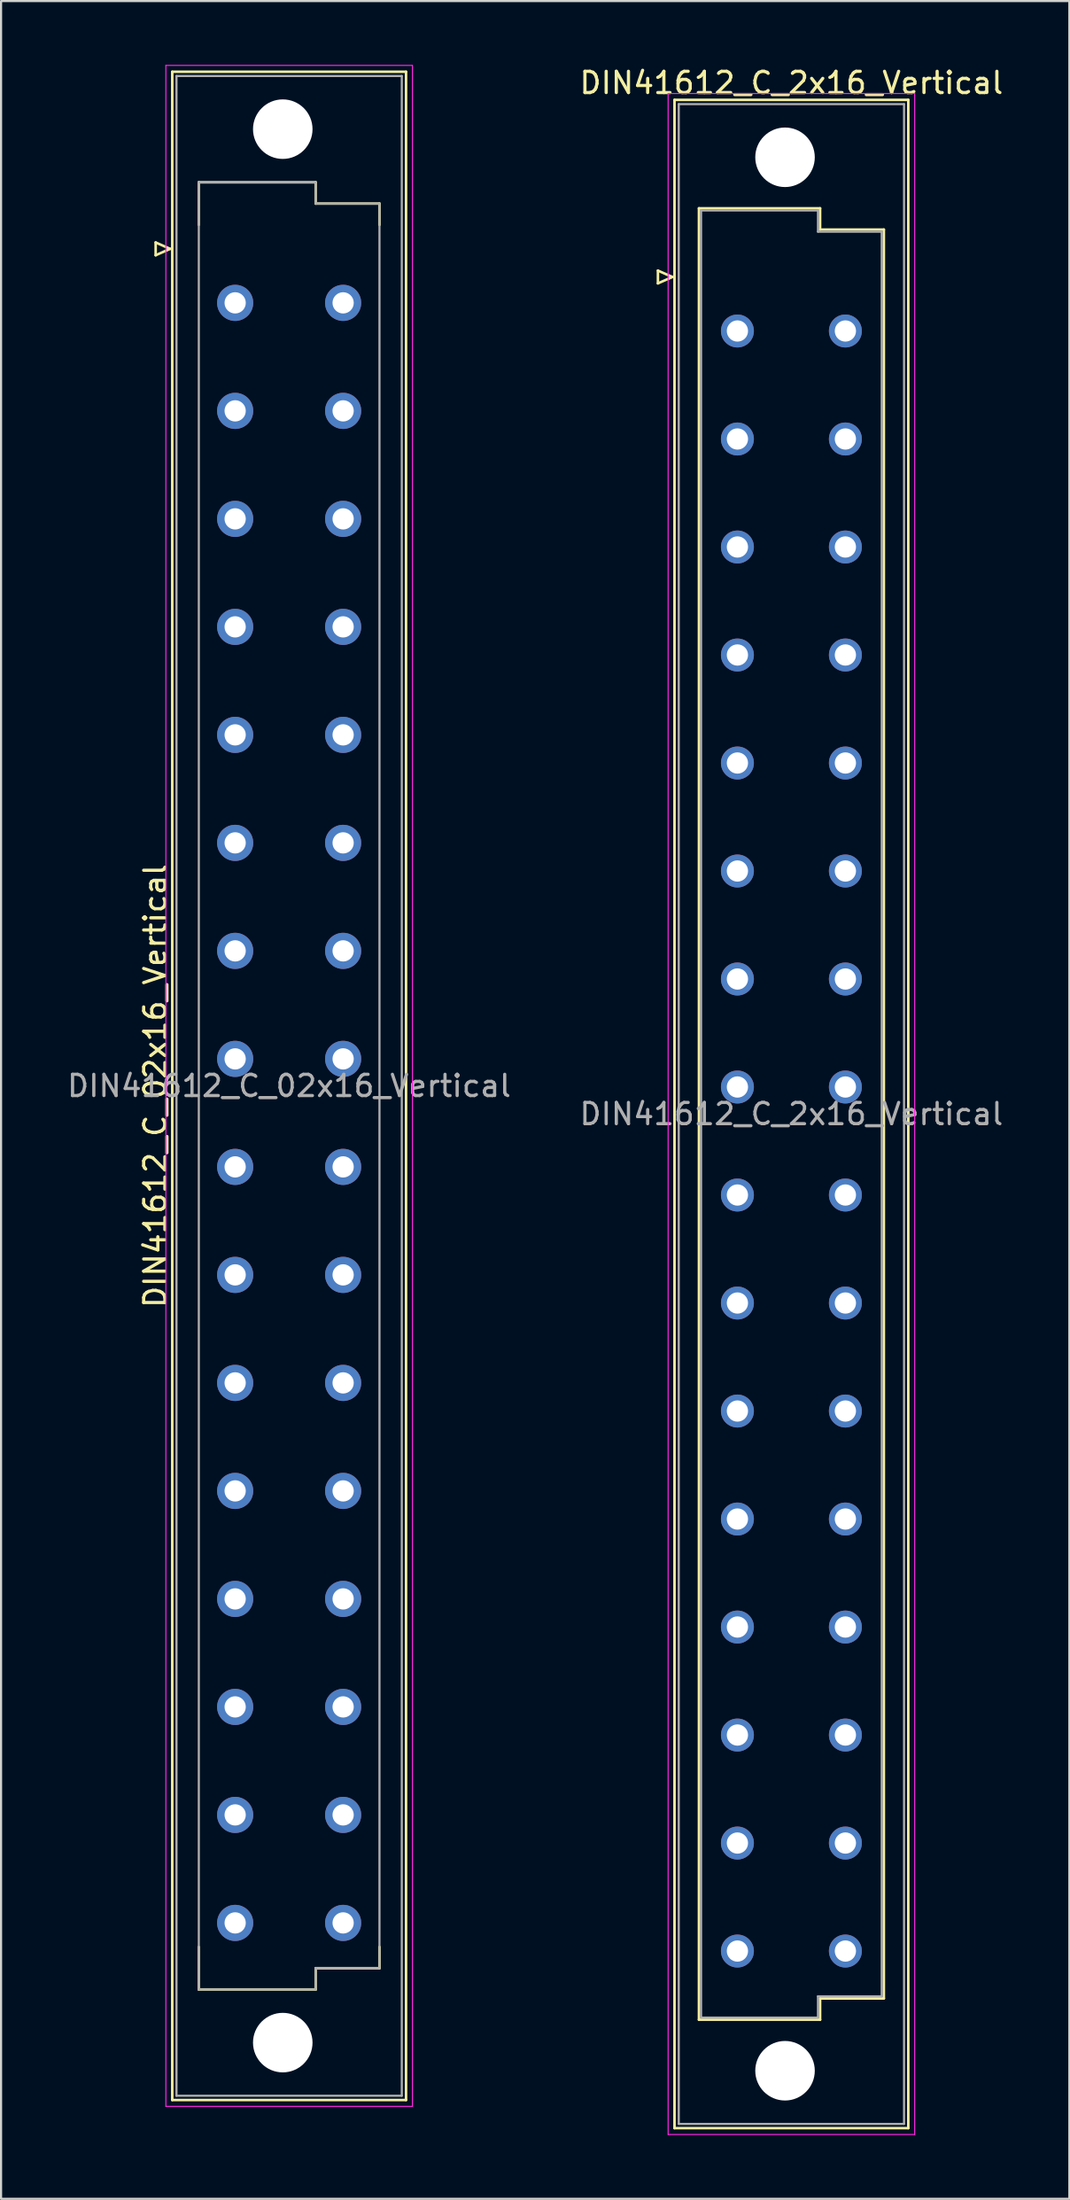
<source format=kicad_pcb>
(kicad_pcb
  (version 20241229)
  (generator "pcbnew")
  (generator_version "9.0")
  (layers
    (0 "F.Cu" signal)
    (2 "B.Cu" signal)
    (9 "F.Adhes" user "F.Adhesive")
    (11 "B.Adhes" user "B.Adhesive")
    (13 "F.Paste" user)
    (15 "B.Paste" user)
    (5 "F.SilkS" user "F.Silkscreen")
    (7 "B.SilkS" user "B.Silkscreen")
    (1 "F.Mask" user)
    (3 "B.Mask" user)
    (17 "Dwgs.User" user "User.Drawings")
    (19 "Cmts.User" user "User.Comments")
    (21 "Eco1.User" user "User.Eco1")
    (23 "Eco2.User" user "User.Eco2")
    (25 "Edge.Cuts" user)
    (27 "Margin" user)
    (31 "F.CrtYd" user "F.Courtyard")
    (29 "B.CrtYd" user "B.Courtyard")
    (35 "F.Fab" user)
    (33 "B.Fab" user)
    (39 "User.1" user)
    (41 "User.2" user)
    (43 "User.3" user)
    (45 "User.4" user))
  (footprint "DIN41612_C_2x16_Vertical"
    (layer "F.Cu")
    (at 31.645 9.978)
    (property "Reference" "DIN41612_C_2x16_Vertical" (at 2.54 -9.13 0) (layer "F.SilkS") (effects (font (size 1 1) (thickness 0.15))))
    (attr through_hole)
    (fp_line (start -3.74 -0.3) (end -3.74 0.3) (stroke (width 0.12) (type solid)) (layer "F.SilkS"))
    (fp_line (start -3.74 0.3) (end -3.06 0) (stroke (width 0.12) (type solid)) (layer "F.SilkS"))
    (fp_line (start -3.06 0) (end -3.74 -0.3) (stroke (width 0.12) (type solid)) (layer "F.SilkS"))
    (fp_line (start -2.96 -8.33) (end 8.04 -8.33) (stroke (width 0.12) (type solid)) (layer "F.SilkS"))
    (fp_line (start -2.96 87.07) (end -2.96 -8.33) (stroke (width 0.12) (type solid)) (layer "F.SilkS"))
    (fp_line (start -1.81 -3.23) (end 3.89 -3.23) (stroke (width 0.12) (type solid)) (layer "F.SilkS"))
    (fp_line (start -1.81 81.97) (end -1.81 -3.23) (stroke (width 0.12) (type solid)) (layer "F.SilkS"))
    (fp_line (start 3.89 -3.23) (end 3.89 -2.23) (stroke (width 0.12) (type solid)) (layer "F.SilkS"))
    (fp_line (start 3.89 -2.23) (end 6.89 -2.23) (stroke (width 0.12) (type solid)) (layer "F.SilkS"))
    (fp_line (start 3.89 80.97) (end 3.89 81.97) (stroke (width 0.12) (type solid)) (layer "F.SilkS"))
    (fp_line (start 3.89 81.97) (end -1.81 81.97) (stroke (width 0.12) (type solid)) (layer "F.SilkS"))
    (fp_line (start 6.89 -2.23) (end 6.89 80.97) (stroke (width 0.12) (type solid)) (layer "F.SilkS"))
    (fp_line (start 6.89 80.97) (end 3.89 80.97) (stroke (width 0.12) (type solid)) (layer "F.SilkS"))
    (fp_line (start 8.04 -8.33) (end 8.04 87.07) (stroke (width 0.12) (type solid)) (layer "F.SilkS"))
    (fp_line (start 8.04 87.07) (end -2.96 87.07) (stroke (width 0.12) (type solid)) (layer "F.SilkS"))
    (fp_line (start -3.26 -8.63) (end 8.34 -8.63) (stroke (width 0.05) (type solid)) (layer "F.CrtYd"))
    (fp_line (start -3.26 87.37) (end -3.26 -8.63) (stroke (width 0.05) (type solid)) (layer "F.CrtYd"))
    (fp_line (start 8.34 -8.63) (end 8.34 87.37) (stroke (width 0.05) (type solid)) (layer "F.CrtYd"))
    (fp_line (start 8.34 87.37) (end -3.26 87.37) (stroke (width 0.05) (type solid)) (layer "F.CrtYd"))
    (fp_line (start -2.76 -8.13) (end 7.84 -8.13) (stroke (width 0.1) (type solid)) (layer "F.Fab"))
    (fp_line (start -2.76 86.87) (end -2.76 -8.13) (stroke (width 0.1) (type solid)) (layer "F.Fab"))
    (fp_line (start -1.71 -3.13) (end 3.79 -3.13) (stroke (width 0.1) (type solid)) (layer "F.Fab"))
    (fp_line (start -1.71 81.87) (end -1.71 -3.13) (stroke (width 0.1) (type solid)) (layer "F.Fab"))
    (fp_line (start 3.79 -3.13) (end 3.79 -2.13) (stroke (width 0.1) (type solid)) (layer "F.Fab"))
    (fp_line (start 3.79 -2.13) (end 6.79 -2.13) (stroke (width 0.1) (type solid)) (layer "F.Fab"))
    (fp_line (start 3.79 80.87) (end 3.79 81.87) (stroke (width 0.1) (type solid)) (layer "F.Fab"))
    (fp_line (start 3.79 81.87) (end -1.71 81.87) (stroke (width 0.1) (type solid)) (layer "F.Fab"))
    (fp_line (start 6.79 -2.13) (end 6.79 80.87) (stroke (width 0.1) (type solid)) (layer "F.Fab"))
    (fp_line (start 6.79 80.87) (end 3.79 80.87) (stroke (width 0.1) (type solid)) (layer "F.Fab"))
    (fp_line (start 7.84 -8.13) (end 7.84 86.87) (stroke (width 0.1) (type solid)) (layer "F.Fab"))
    (fp_line (start 7.84 86.87) (end -2.76 86.87) (stroke (width 0.1) (type solid)) (layer "F.Fab"))
    (fp_text user "${REFERENCE}" (at 2.54 39.37 0) (layer "F.Fab") (effects (font (size 1 1) (thickness 0.15))))
    (pad "" np_thru_hole circle (at 2.24 -5.63) (size 2.8 2.8) (drill 2.8) (layers "*.Cu" "*.Mask"))
    (pad "" np_thru_hole circle (at 2.24 84.37) (size 2.8 2.8) (drill 2.8) (layers "*.Cu" "*.Mask"))
    (pad "a2" thru_hole circle (at 0 2.54) (size 1.55 1.55) (drill 1) (layers "*.Cu" "*.Mask"))
    (pad "a4" thru_hole circle (at 0 7.62) (size 1.55 1.55) (drill 1) (layers "*.Cu" "*.Mask"))
    (pad "a6" thru_hole circle (at 0 12.7) (size 1.55 1.55) (drill 1) (layers "*.Cu" "*.Mask"))
    (pad "a8" thru_hole circle (at 0 17.78) (size 1.55 1.55) (drill 1) (layers "*.Cu" "*.Mask"))
    (pad "a10" thru_hole circle (at 0 22.86) (size 1.55 1.55) (drill 1) (layers "*.Cu" "*.Mask"))
    (pad "a12" thru_hole circle (at 0 27.94) (size 1.55 1.55) (drill 1) (layers "*.Cu" "*.Mask"))
    (pad "a14" thru_hole circle (at 0 33.02) (size 1.55 1.55) (drill 1) (layers "*.Cu" "*.Mask"))
    (pad "a16" thru_hole circle (at 0 38.1) (size 1.55 1.55) (drill 1) (layers "*.Cu" "*.Mask"))
    (pad "a18" thru_hole circle (at 0 43.18) (size 1.55 1.55) (drill 1) (layers "*.Cu" "*.Mask"))
    (pad "a20" thru_hole circle (at 0 48.26) (size 1.55 1.55) (drill 1) (layers "*.Cu" "*.Mask"))
    (pad "a22" thru_hole circle (at 0 53.34) (size 1.55 1.55) (drill 1) (layers "*.Cu" "*.Mask"))
    (pad "a24" thru_hole circle (at 0 58.42) (size 1.55 1.55) (drill 1) (layers "*.Cu" "*.Mask"))
    (pad "a26" thru_hole circle (at 0 63.5) (size 1.55 1.55) (drill 1) (layers "*.Cu" "*.Mask"))
    (pad "a28" thru_hole circle (at 0 68.58) (size 1.55 1.55) (drill 1) (layers "*.Cu" "*.Mask"))
    (pad "a30" thru_hole circle (at 0 73.66) (size 1.55 1.55) (drill 1) (layers "*.Cu" "*.Mask"))
    (pad "a32" thru_hole circle (at 0 78.74) (size 1.55 1.55) (drill 1) (layers "*.Cu" "*.Mask"))
    (pad "c2" thru_hole circle (at 5.08 2.54) (size 1.55 1.55) (drill 1) (layers "*.Cu" "*.Mask"))
    (pad "c4" thru_hole circle (at 5.08 7.62) (size 1.55 1.55) (drill 1) (layers "*.Cu" "*.Mask"))
    (pad "c6" thru_hole circle (at 5.08 12.7) (size 1.55 1.55) (drill 1) (layers "*.Cu" "*.Mask"))
    (pad "c8" thru_hole circle (at 5.08 17.78) (size 1.55 1.55) (drill 1) (layers "*.Cu" "*.Mask"))
    (pad "c10" thru_hole circle (at 5.08 22.86) (size 1.55 1.55) (drill 1) (layers "*.Cu" "*.Mask"))
    (pad "c12" thru_hole circle (at 5.08 27.94) (size 1.55 1.55) (drill 1) (layers "*.Cu" "*.Mask"))
    (pad "c14" thru_hole circle (at 5.08 33.02) (size 1.55 1.55) (drill 1) (layers "*.Cu" "*.Mask"))
    (pad "c16" thru_hole circle (at 5.08 38.1) (size 1.55 1.55) (drill 1) (layers "*.Cu" "*.Mask"))
    (pad "c18" thru_hole circle (at 5.08 43.18) (size 1.55 1.55) (drill 1) (layers "*.Cu" "*.Mask"))
    (pad "c20" thru_hole circle (at 5.08 48.26) (size 1.55 1.55) (drill 1) (layers "*.Cu" "*.Mask"))
    (pad "c22" thru_hole circle (at 5.08 53.34) (size 1.55 1.55) (drill 1) (layers "*.Cu" "*.Mask"))
    (pad "c24" thru_hole circle (at 5.08 58.42) (size 1.55 1.55) (drill 1) (layers "*.Cu" "*.Mask"))
    (pad "c26" thru_hole circle (at 5.08 63.5) (size 1.55 1.55) (drill 1) (layers "*.Cu" "*.Mask"))
    (pad "c28" thru_hole circle (at 5.08 68.58) (size 1.55 1.55) (drill 1) (layers "*.Cu" "*.Mask"))
    (pad "c30" thru_hole circle (at 5.08 73.66) (size 1.55 1.55) (drill 1) (layers "*.Cu" "*.Mask"))
    (pad "c32" thru_hole circle (at 5.08 78.74) (size 1.55 1.55) (drill 1) (layers "*.Cu" "*.Mask")))
  (footprint "DIN41612_C_02x16_Vertical"
    (layer "F.Cu")
    (at 8.014 8.655)
    (property "Reference" "DIN41612_C_02x16_Vertical" (at -3.76 39.37 90) (layer "F.SilkS") (effects (font (size 1 1) (thickness 0.15))))
    (attr through_hole)
    (fp_line (start -3.74 -0.3) (end -3.74 0.3) (stroke (width 0.12) (type solid)) (layer "F.SilkS"))
    (fp_line (start -3.74 0.3) (end -3.06 0) (stroke (width 0.12) (type solid)) (layer "F.SilkS"))
    (fp_line (start -3.06 0) (end -3.74 -0.3) (stroke (width 0.12) (type solid)) (layer "F.SilkS"))
    (fp_line (start -2.96 -8.33) (end 8.04 -8.33) (stroke (width 0.12) (type solid)) (layer "F.SilkS"))
    (fp_line (start -2.96 87.07) (end -2.96 -8.33) (stroke (width 0.12) (type solid)) (layer "F.SilkS"))
    (fp_line (start -1.71 -3.13) (end 3.79 -3.13) (stroke (width 0.12) (type solid)) (layer "F.SilkS"))
    (fp_line (start -1.71 -1.13) (end -1.71 -3.13) (stroke (width 0.12) (type solid)) (layer "F.SilkS"))
    (fp_line (start -1.71 79.87) (end -1.71 81.87) (stroke (width 0.12) (type solid)) (layer "F.SilkS"))
    (fp_line (start -1.71 81.87) (end 3.79 81.87) (stroke (width 0.12) (type solid)) (layer "F.SilkS"))
    (fp_line (start 3.79 -3.13) (end 3.79 -2.13) (stroke (width 0.12) (type solid)) (layer "F.SilkS"))
    (fp_line (start 3.79 -2.13) (end 6.79 -2.13) (stroke (width 0.12) (type solid)) (layer "F.SilkS"))
    (fp_line (start 3.79 80.87) (end 6.79 80.87) (stroke (width 0.12) (type solid)) (layer "F.SilkS"))
    (fp_line (start 3.79 81.87) (end 3.79 80.87) (stroke (width 0.12) (type solid)) (layer "F.SilkS"))
    (fp_line (start 6.79 -2.13) (end 6.79 -1.13) (stroke (width 0.12) (type solid)) (layer "F.SilkS"))
    (fp_line (start 6.79 80.87) (end 6.79 79.87) (stroke (width 0.12) (type solid)) (layer "F.SilkS"))
    (fp_line (start 8.04 -8.33) (end 8.04 87.07) (stroke (width 0.12) (type solid)) (layer "F.SilkS"))
    (fp_line (start 8.04 87.07) (end -2.96 87.07) (stroke (width 0.12) (type solid)) (layer "F.SilkS"))
    (fp_line (start -3.26 -8.63) (end 8.34 -8.63) (stroke (width 0.05) (type solid)) (layer "F.CrtYd"))
    (fp_line (start -3.26 87.37) (end -3.26 -8.63) (stroke (width 0.05) (type solid)) (layer "F.CrtYd"))
    (fp_line (start 8.34 -8.63) (end 8.34 87.37) (stroke (width 0.05) (type solid)) (layer "F.CrtYd"))
    (fp_line (start 8.34 87.37) (end -3.26 87.37) (stroke (width 0.05) (type solid)) (layer "F.CrtYd"))
    (fp_line (start -2.76 -8.13) (end 7.84 -8.13) (stroke (width 0.1) (type solid)) (layer "F.Fab"))
    (fp_line (start -2.76 86.87) (end -2.76 -8.13) (stroke (width 0.1) (type solid)) (layer "F.Fab"))
    (fp_line (start -1.71 -3.13) (end 3.79 -3.13) (stroke (width 0.1) (type solid)) (layer "F.Fab"))
    (fp_line (start -1.71 81.87) (end -1.71 -3.13) (stroke (width 0.1) (type solid)) (layer "F.Fab"))
    (fp_line (start 3.79 -3.13) (end 3.79 -2.13) (stroke (width 0.1) (type solid)) (layer "F.Fab"))
    (fp_line (start 3.79 -2.13) (end 6.79 -2.13) (stroke (width 0.1) (type solid)) (layer "F.Fab"))
    (fp_line (start 3.79 80.87) (end 3.79 81.87) (stroke (width 0.1) (type solid)) (layer "F.Fab"))
    (fp_line (start 3.79 81.87) (end -1.71 81.87) (stroke (width 0.1) (type solid)) (layer "F.Fab"))
    (fp_line (start 6.79 -2.13) (end 6.79 80.87) (stroke (width 0.1) (type solid)) (layer "F.Fab"))
    (fp_line (start 6.79 80.87) (end 3.79 80.87) (stroke (width 0.1) (type solid)) (layer "F.Fab"))
    (fp_line (start 7.84 -8.13) (end 7.84 86.87) (stroke (width 0.1) (type solid)) (layer "F.Fab"))
    (fp_line (start 7.84 86.87) (end -2.76 86.87) (stroke (width 0.1) (type solid)) (layer "F.Fab"))
    (fp_text user "${REFERENCE}" (at 2.54 39.37 0) (layer "F.Fab") (effects (font (size 1 1) (thickness 0.15))))
    (pad "" np_thru_hole circle (at 2.24 -5.63) (size 2.8 2.8) (drill 2.8) (layers "*.Cu" "*.Mask"))
    (pad "" np_thru_hole circle (at 2.24 84.37) (size 2.8 2.8) (drill 2.8) (layers "*.Cu" "*.Mask"))
    (pad "a2" thru_hole circle (at 0 2.54) (size 1.7 1.7) (drill 1) (layers "*.Cu" "*.Mask"))
    (pad "a4" thru_hole circle (at 0 7.62) (size 1.7 1.7) (drill 1) (layers "*.Cu" "*.Mask"))
    (pad "a6" thru_hole circle (at 0 12.7) (size 1.7 1.7) (drill 1) (layers "*.Cu" "*.Mask"))
    (pad "a8" thru_hole circle (at 0 17.78) (size 1.7 1.7) (drill 1) (layers "*.Cu" "*.Mask"))
    (pad "a10" thru_hole circle (at 0 22.86) (size 1.7 1.7) (drill 1) (layers "*.Cu" "*.Mask"))
    (pad "a12" thru_hole circle (at 0 27.94) (size 1.7 1.7) (drill 1) (layers "*.Cu" "*.Mask"))
    (pad "a14" thru_hole circle (at 0 33.02) (size 1.7 1.7) (drill 1) (layers "*.Cu" "*.Mask"))
    (pad "a16" thru_hole circle (at 0 38.1) (size 1.7 1.7) (drill 1) (layers "*.Cu" "*.Mask"))
    (pad "a18" thru_hole circle (at 0 43.18) (size 1.7 1.7) (drill 1) (layers "*.Cu" "*.Mask"))
    (pad "a20" thru_hole circle (at 0 48.26) (size 1.7 1.7) (drill 1) (layers "*.Cu" "*.Mask"))
    (pad "a22" thru_hole circle (at 0 53.34) (size 1.7 1.7) (drill 1) (layers "*.Cu" "*.Mask"))
    (pad "a24" thru_hole circle (at 0 58.42) (size 1.7 1.7) (drill 1) (layers "*.Cu" "*.Mask"))
    (pad "a26" thru_hole circle (at 0 63.5) (size 1.7 1.7) (drill 1) (layers "*.Cu" "*.Mask"))
    (pad "a28" thru_hole circle (at 0 68.58) (size 1.7 1.7) (drill 1) (layers "*.Cu" "*.Mask"))
    (pad "a30" thru_hole circle (at 0 73.66) (size 1.7 1.7) (drill 1) (layers "*.Cu" "*.Mask"))
    (pad "a32" thru_hole circle (at 0 78.74) (size 1.7 1.7) (drill 1) (layers "*.Cu" "*.Mask"))
    (pad "c2" thru_hole circle (at 5.08 2.54) (size 1.7 1.7) (drill 1) (layers "*.Cu" "*.Mask"))
    (pad "c4" thru_hole circle (at 5.08 7.62) (size 1.7 1.7) (drill 1) (layers "*.Cu" "*.Mask"))
    (pad "c6" thru_hole circle (at 5.08 12.7) (size 1.7 1.7) (drill 1) (layers "*.Cu" "*.Mask"))
    (pad "c8" thru_hole circle (at 5.08 17.78) (size 1.7 1.7) (drill 1) (layers "*.Cu" "*.Mask"))
    (pad "c10" thru_hole circle (at 5.08 22.86) (size 1.7 1.7) (drill 1) (layers "*.Cu" "*.Mask"))
    (pad "c12" thru_hole circle (at 5.08 27.94) (size 1.7 1.7) (drill 1) (layers "*.Cu" "*.Mask"))
    (pad "c14" thru_hole circle (at 5.08 33.02) (size 1.7 1.7) (drill 1) (layers "*.Cu" "*.Mask"))
    (pad "c16" thru_hole circle (at 5.08 38.1) (size 1.7 1.7) (drill 1) (layers "*.Cu" "*.Mask"))
    (pad "c18" thru_hole circle (at 5.08 43.18) (size 1.7 1.7) (drill 1) (layers "*.Cu" "*.Mask"))
    (pad "c20" thru_hole circle (at 5.08 48.26) (size 1.7 1.7) (drill 1) (layers "*.Cu" "*.Mask"))
    (pad "c22" thru_hole circle (at 5.08 53.34) (size 1.7 1.7) (drill 1) (layers "*.Cu" "*.Mask"))
    (pad "c24" thru_hole circle (at 5.08 58.42) (size 1.7 1.7) (drill 1) (layers "*.Cu" "*.Mask"))
    (pad "c26" thru_hole circle (at 5.08 63.5) (size 1.7 1.7) (drill 1) (layers "*.Cu" "*.Mask"))
    (pad "c28" thru_hole circle (at 5.08 68.58) (size 1.7 1.7) (drill 1) (layers "*.Cu" "*.Mask"))
    (pad "c30" thru_hole circle (at 5.08 73.66) (size 1.7 1.7) (drill 1) (layers "*.Cu" "*.Mask"))
    (pad "c32" thru_hole circle (at 5.08 78.74) (size 1.7 1.7) (drill 1) (layers "*.Cu" "*.Mask")))
  (gr_rect
    (start -3 -3)
    (end 47.262 100.373)
    (stroke (width 0.1) (type default))
    (fill no)
    (layer "Edge.Cuts")))
</source>
